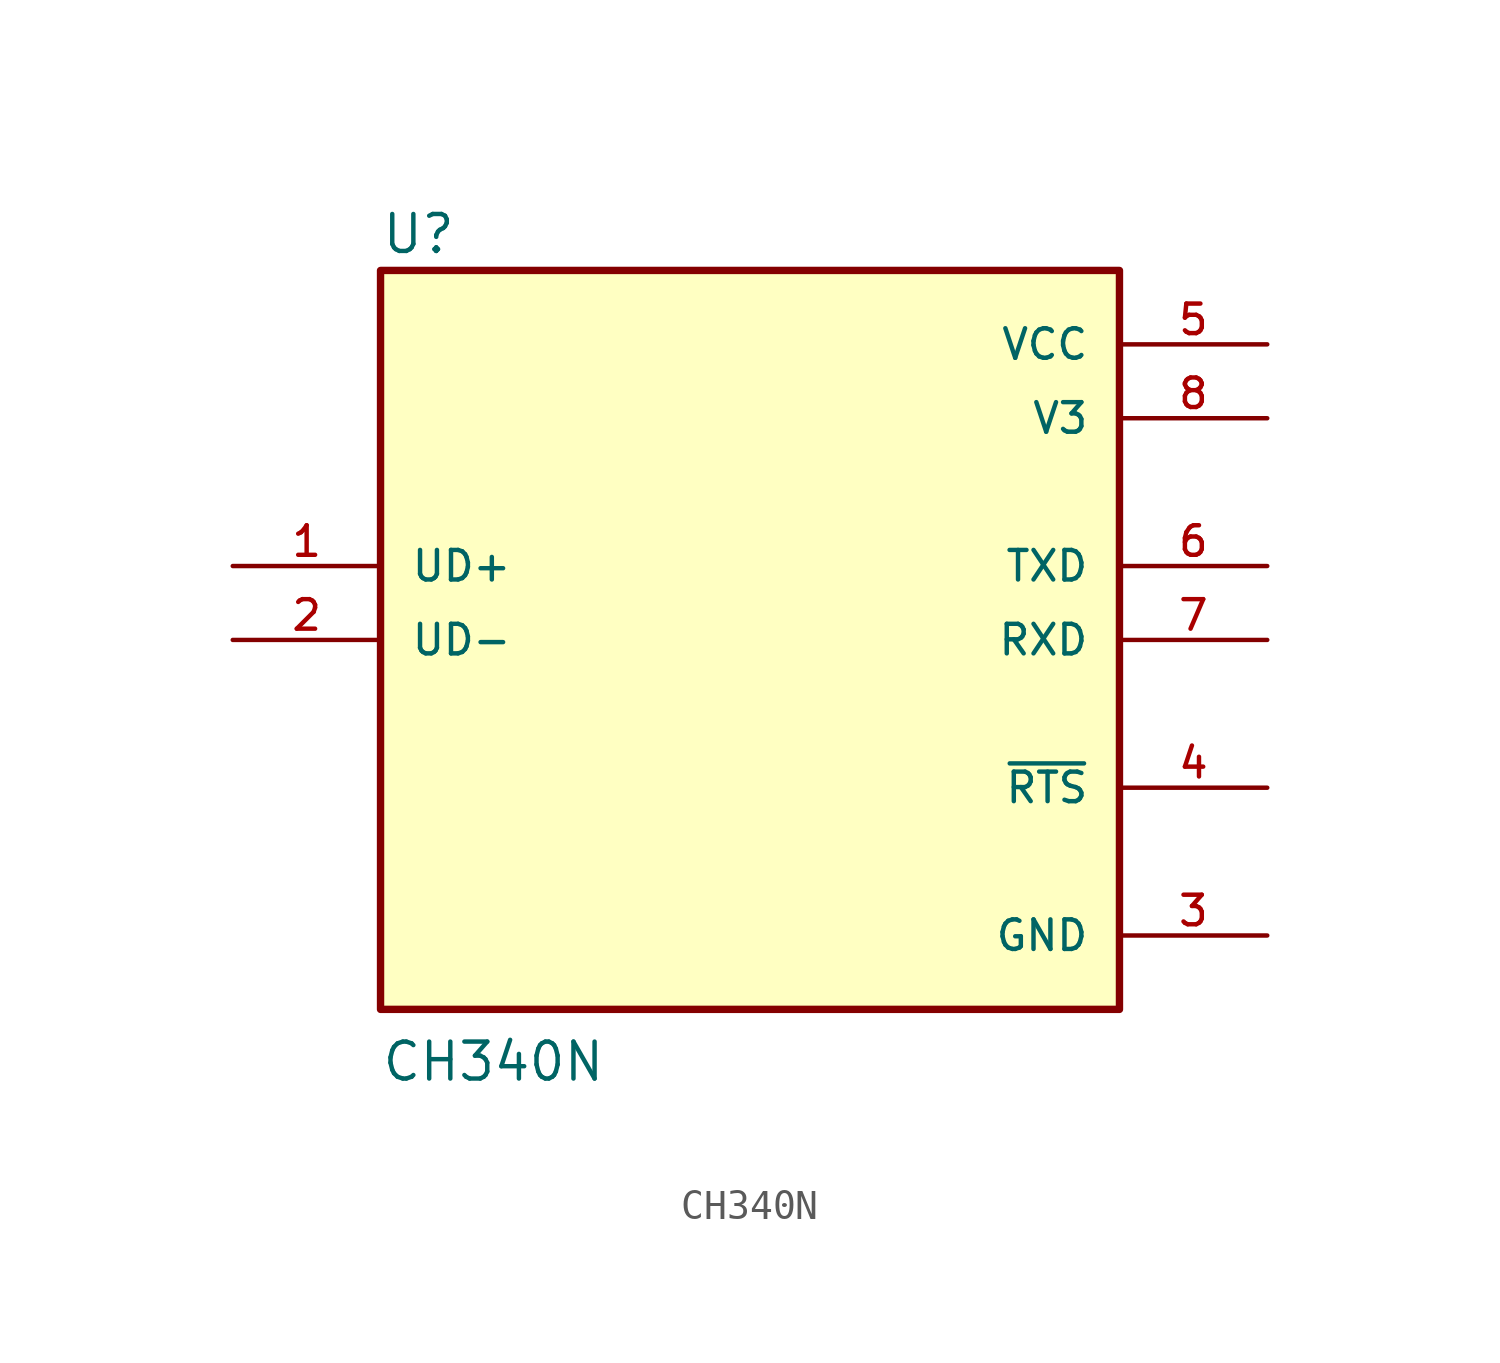
<source format=kicad_sym>
(kicad_symbol_lib
  (version 20211014)
  (generator kicad_symbol_editor)
  (symbol "CH340N"
    (pin_names
      (offset 1.016))
    (property "Reference" "U"
      (at -12.7 13.208 0)
      (effects (font (size 1.27 1.27)) (justify bottom left)))
    (property "Value" "CH340N"
      (at -12.7 -15.24 0)
      (effects (font (size 1.27 1.27)) (justify bottom left)))
    (symbol "CH340N_0_0"
      (rectangle (start -12.7 -12.7) (end 12.7 12.7) (stroke (width 0.254)) (fill (type background)))
      (pin bidirectional line (at -17.78 2.54 0) (length 5.08) (name "UD+" (effects (font (size 1.016 1.016)))) (number "1" (effects (font (size 1.016 1.016)))))
      (pin bidirectional line (at -17.78 0.0 0) (length 5.08) (name "UD-" (effects (font (size 1.016 1.016)))) (number "2" (effects (font (size 1.016 1.016)))))
      (pin power_in line (at 17.78 -10.16 180.0) (length 5.08) (name "GND" (effects (font (size 1.016 1.016)))) (number "3" (effects (font (size 1.016 1.016)))))
      (pin output line (at 17.78 -5.08 180.0) (length 5.08) (name "~{RTS}" (effects (font (size 1.016 1.016)))) (number "4" (effects (font (size 1.016 1.016)))))
      (pin power_in line (at 17.78 10.16 180.0) (length 5.08) (name "VCC" (effects (font (size 1.016 1.016)))) (number "5" (effects (font (size 1.016 1.016)))))
      (pin output line (at 17.78 2.54 180.0) (length 5.08) (name "TXD" (effects (font (size 1.016 1.016)))) (number "6" (effects (font (size 1.016 1.016)))))
      (pin input line (at 17.78 0.0 180.0) (length 5.08) (name "RXD" (effects (font (size 1.016 1.016)))) (number "7" (effects (font (size 1.016 1.016)))))
      (pin power_in line (at 17.78 7.62 180.0) (length 5.08) (name "V3" (effects (font (size 1.016 1.016)))) (number "8" (effects (font (size 1.016 1.016))))))))
</source>
